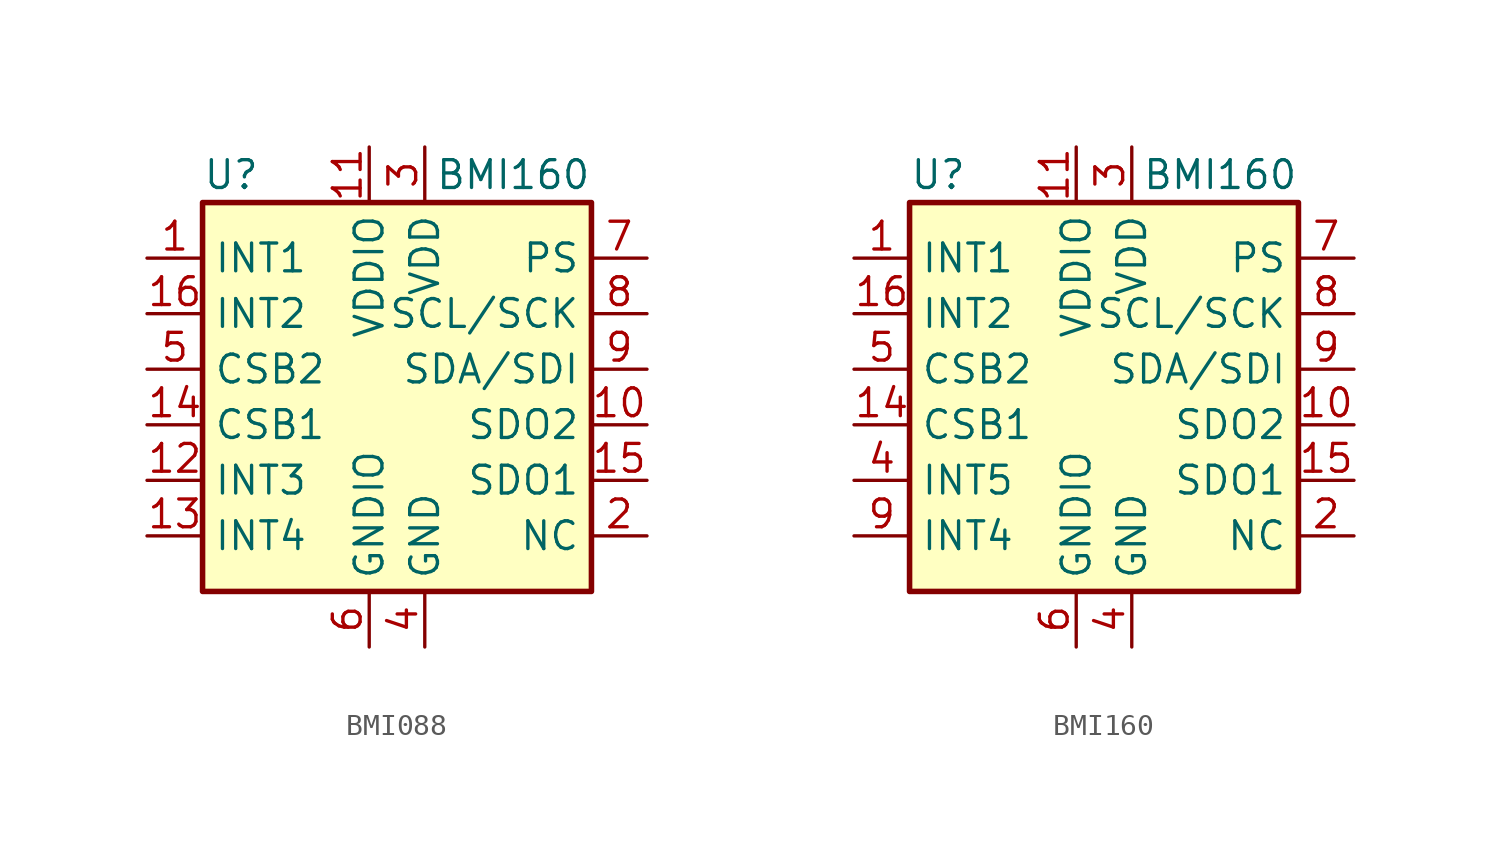
<source format=kicad_sym>
(kicad_symbol_lib
  (version 20220914)
  (generator kicad_symbol_editor)
  (symbol "BMI088"
    (property "Reference" "U"
      (at -10.16 8.89 0)
      (effects (font (size 1.27 1.27)) (justify left)))
    (property "Value" "BMI160"
      (at 7.62 8.89 0)
      (effects (font (size 1.27 1.27)) (justify right)))
    (symbol "BMI088_1_1"
      (rectangle (start -10.16 7.62) (end 7.62 -10.16) (stroke (width 0.254) (type default)) (fill (type background)))
      (pin output line (at -12.7 5.08 0) (length 2.54) (name "INT1" (effects (font (size 1.27 1.27)))) (number "1" (effects (font (size 1.27 1.27)))))
      (pin bidirectional line (at 10.16 -2.54 180) (length 2.54) (name "SDO2" (effects (font (size 1.27 1.27)))) (number "10" (effects (font (size 1.27 1.27)))))
      (pin power_in line (at -2.54 10.16 270) (length 2.54) (name "VDDIO" (effects (font (size 1.27 1.27)))) (number "11" (effects (font (size 1.27 1.27)))))
      (pin bidirectional line (at -12.7 -5.08 0) (length 2.54) (name "INT3" (effects (font (size 1.27 1.27)))) (number "12" (effects (font (size 1.27 1.27)))))
      (pin bidirectional line (at -12.7 -7.62 0) (length 2.54) (name "INT4" (effects (font (size 1.27 1.27)))) (number "13" (effects (font (size 1.27 1.27)))))
      (pin input line (at -12.7 -2.54 0) (length 2.54) (name "CSB1" (effects (font (size 1.27 1.27)))) (number "14" (effects (font (size 1.27 1.27)))))
      (pin bidirectional line (at 10.16 -5.08 180) (length 2.54) (name "SDO1" (effects (font (size 1.27 1.27)))) (number "15" (effects (font (size 1.27 1.27)))))
      (pin output line (at -12.7 2.54 0) (length 2.54) (name "INT2" (effects (font (size 1.27 1.27)))) (number "16" (effects (font (size 1.27 1.27)))))
      (pin bidirectional line (at 10.16 -7.62 180) (length 2.54) (name "NC" (effects (font (size 1.27 1.27)))) (number "2" (effects (font (size 1.27 1.27)))))
      (pin power_in line (at 0 10.16 270) (length 2.54) (name "VDD" (effects (font (size 1.27 1.27)))) (number "3" (effects (font (size 1.27 1.27)))))
      (pin power_in line (at 0 -12.7 90) (length 2.54) (name "GND" (effects (font (size 1.27 1.27)))) (number "4" (effects (font (size 1.27 1.27)))))
      (pin input line (at -12.7 0 0) (length 2.54) (name "CSB2" (effects (font (size 1.27 1.27)))) (number "5" (effects (font (size 1.27 1.27)))))
      (pin power_in line (at -2.54 -12.7 90) (length 2.54) (name "GNDIO" (effects (font (size 1.27 1.27)))) (number "6" (effects (font (size 1.27 1.27)))))
      (pin bidirectional line (at 10.16 5.08 180) (length 2.54) (name "PS" (effects (font (size 1.27 1.27)))) (number "7" (effects (font (size 1.27 1.27)))))
      (pin bidirectional line (at 10.16 2.54 180) (length 2.54) (name "SCL/SCK" (effects (font (size 1.27 1.27)))) (number "8" (effects (font (size 1.27 1.27)))))
      (pin output line (at 10.16 0 180) (length 2.54) (name "SDA/SDI" (effects (font (size 1.27 1.27)))) (number "9" (effects (font (size 1.27 1.27)))))))
  (symbol "BMI160"
    (property "Reference" "U"
      (at -10.16 8.89 0)
      (effects (font (size 1.27 1.27)) (justify left)))
    (property "Value" "BMI160"
      (at 7.62 8.89 0)
      (effects (font (size 1.27 1.27)) (justify right)))
    (symbol "BMI160_1_1"
      (rectangle (start -10.16 7.62) (end 7.62 -10.16) (stroke (width 0.254) (type default)) (fill (type background)))
      (pin output line (at -12.7 5.08 0) (length 2.54) (name "INT1" (effects (font (size 1.27 1.27)))) (number "1" (effects (font (size 1.27 1.27)))))
      (pin bidirectional line (at 10.16 -2.54 180) (length 2.54) (name "SDO2" (effects (font (size 1.27 1.27)))) (number "10" (effects (font (size 1.27 1.27)))))
      (pin power_in line (at -2.54 10.16 270) (length 2.54) (name "VDDIO" (effects (font (size 1.27 1.27)))) (number "11" (effects (font (size 1.27 1.27)))))
      (pin input line (at -12.7 -2.54 0) (length 2.54) (name "CSB1" (effects (font (size 1.27 1.27)))) (number "14" (effects (font (size 1.27 1.27)))))
      (pin bidirectional line (at 10.16 -5.08 180) (length 2.54) (name "SDO1" (effects (font (size 1.27 1.27)))) (number "15" (effects (font (size 1.27 1.27)))))
      (pin output line (at -12.7 2.54 0) (length 2.54) (name "INT2" (effects (font (size 1.27 1.27)))) (number "16" (effects (font (size 1.27 1.27)))))
      (pin bidirectional line (at 10.16 -7.62 180) (length 2.54) (name "NC" (effects (font (size 1.27 1.27)))) (number "2" (effects (font (size 1.27 1.27)))))
      (pin power_in line (at 0 10.16 270) (length 2.54) (name "VDD" (effects (font (size 1.27 1.27)))) (number "3" (effects (font (size 1.27 1.27)))))
      (pin power_in line (at 0 -12.7 90) (length 2.54) (name "GND" (effects (font (size 1.27 1.27)))) (number "4" (effects (font (size 1.27 1.27)))))
      (pin bidirectional line (at -12.7 -5.08 0) (length 2.54) (name "INT5" (effects (font (size 1.27 1.27)))) (number "4" (effects (font (size 1.27 1.27)))))
      (pin input line (at -12.7 0 0) (length 2.54) (name "CSB2" (effects (font (size 1.27 1.27)))) (number "5" (effects (font (size 1.27 1.27)))))
      (pin power_in line (at -2.54 -12.7 90) (length 2.54) (name "GNDIO" (effects (font (size 1.27 1.27)))) (number "6" (effects (font (size 1.27 1.27)))))
      (pin bidirectional line (at 10.16 5.08 180) (length 2.54) (name "PS" (effects (font (size 1.27 1.27)))) (number "7" (effects (font (size 1.27 1.27)))))
      (pin bidirectional line (at 10.16 2.54 180) (length 2.54) (name "SCL/SCK" (effects (font (size 1.27 1.27)))) (number "8" (effects (font (size 1.27 1.27)))))
      (pin bidirectional line (at -12.7 -7.62 0) (length 2.54) (name "INT4" (effects (font (size 1.27 1.27)))) (number "9" (effects (font (size 1.27 1.27)))))
      (pin output line (at 10.16 0 180) (length 2.54) (name "SDA/SDI" (effects (font (size 1.27 1.27)))) (number "9" (effects (font (size 1.27 1.27))))))))
</source>
